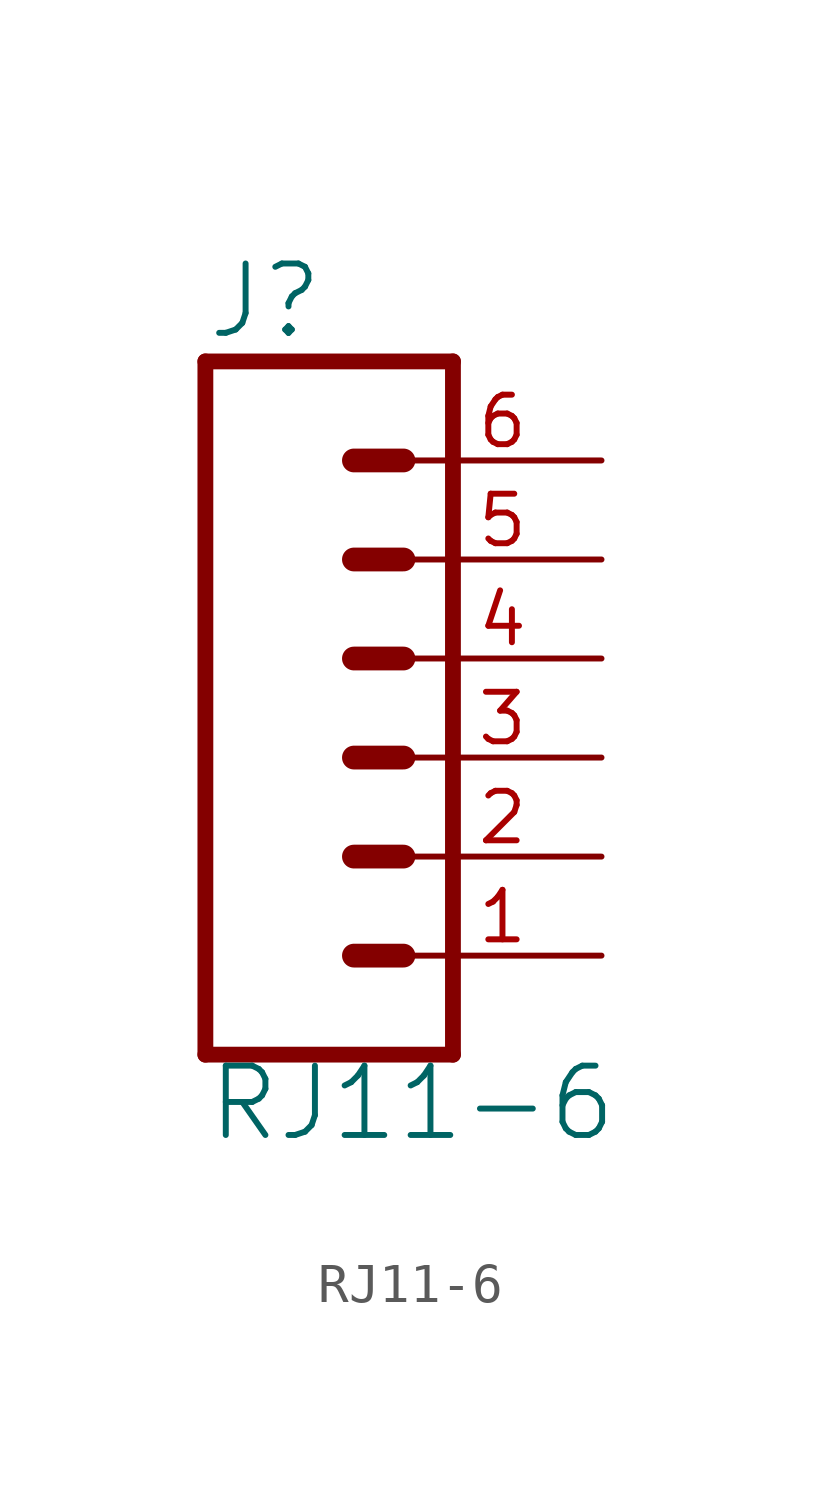
<source format=kicad_sym>
(kicad_symbol_lib
  (version 20211014)
  (generator kicad_symbol_editor)
  (symbol "RJ11-6"
    (property "Reference" "J"
      (at -5.08 10.668 0)
      (effects (font (size 1.778 1.778)) (justify left bottom)))
    (property "Value" "RJ11-6"
      (at -5.08 -9.906 0)
      (effects (font (size 1.778 1.778)) (justify left bottom)))
    (property "ki_locked" ""
      (at 0 0 0)
      (effects (font (size 1.27 1.27))))
    (symbol "RJ11-6_1_0"
      (polyline (pts (xy -5.08 10.16) (xy -5.08 -7.62)) (stroke (width 0.406) (type default) (color 0 0 0 0)) (fill (type none)))
      (polyline (pts (xy -5.08 10.16) (xy 1.27 10.16)) (stroke (width 0.406) (type default) (color 0 0 0 0)) (fill (type none)))
      (polyline (pts (xy -1.27 -5.08) (xy 0 -5.08)) (stroke (width 0.61) (type default) (color 0 0 0 0)) (fill (type none)))
      (polyline (pts (xy -1.27 -2.54) (xy 0 -2.54)) (stroke (width 0.61) (type default) (color 0 0 0 0)) (fill (type none)))
      (polyline (pts (xy -1.27 0) (xy 0 0)) (stroke (width 0.61) (type default) (color 0 0 0 0)) (fill (type none)))
      (polyline (pts (xy -1.27 2.54) (xy 0 2.54)) (stroke (width 0.61) (type default) (color 0 0 0 0)) (fill (type none)))
      (polyline (pts (xy -1.27 5.08) (xy 0 5.08)) (stroke (width 0.61) (type default) (color 0 0 0 0)) (fill (type none)))
      (polyline (pts (xy -1.27 7.62) (xy 0 7.62)) (stroke (width 0.61) (type default) (color 0 0 0 0)) (fill (type none)))
      (polyline (pts (xy 1.27 -7.62) (xy -5.08 -7.62)) (stroke (width 0.406) (type default) (color 0 0 0 0)) (fill (type none)))
      (polyline (pts (xy 1.27 -7.62) (xy 1.27 10.16)) (stroke (width 0.406) (type default) (color 0 0 0 0)) (fill (type none)))
      (pin passive line (at 5.08 -5.08 180) (length 5.08) (name "1" (effects (font (size 0 0)))) (number "1" (effects (font (size 1.27 1.27)))))
      (pin passive line (at 5.08 -2.54 180) (length 5.08) (name "2" (effects (font (size 0 0)))) (number "2" (effects (font (size 1.27 1.27)))))
      (pin passive line (at 5.08 0 180) (length 5.08) (name "3" (effects (font (size 0 0)))) (number "3" (effects (font (size 1.27 1.27)))))
      (pin passive line (at 5.08 2.54 180) (length 5.08) (name "4" (effects (font (size 0 0)))) (number "4" (effects (font (size 1.27 1.27)))))
      (pin passive line (at 5.08 5.08 180) (length 5.08) (name "5" (effects (font (size 0 0)))) (number "5" (effects (font (size 1.27 1.27)))))
      (pin passive line (at 5.08 7.62 180) (length 5.08) (name "6" (effects (font (size 0 0)))) (number "6" (effects (font (size 1.27 1.27))))))))
</source>
